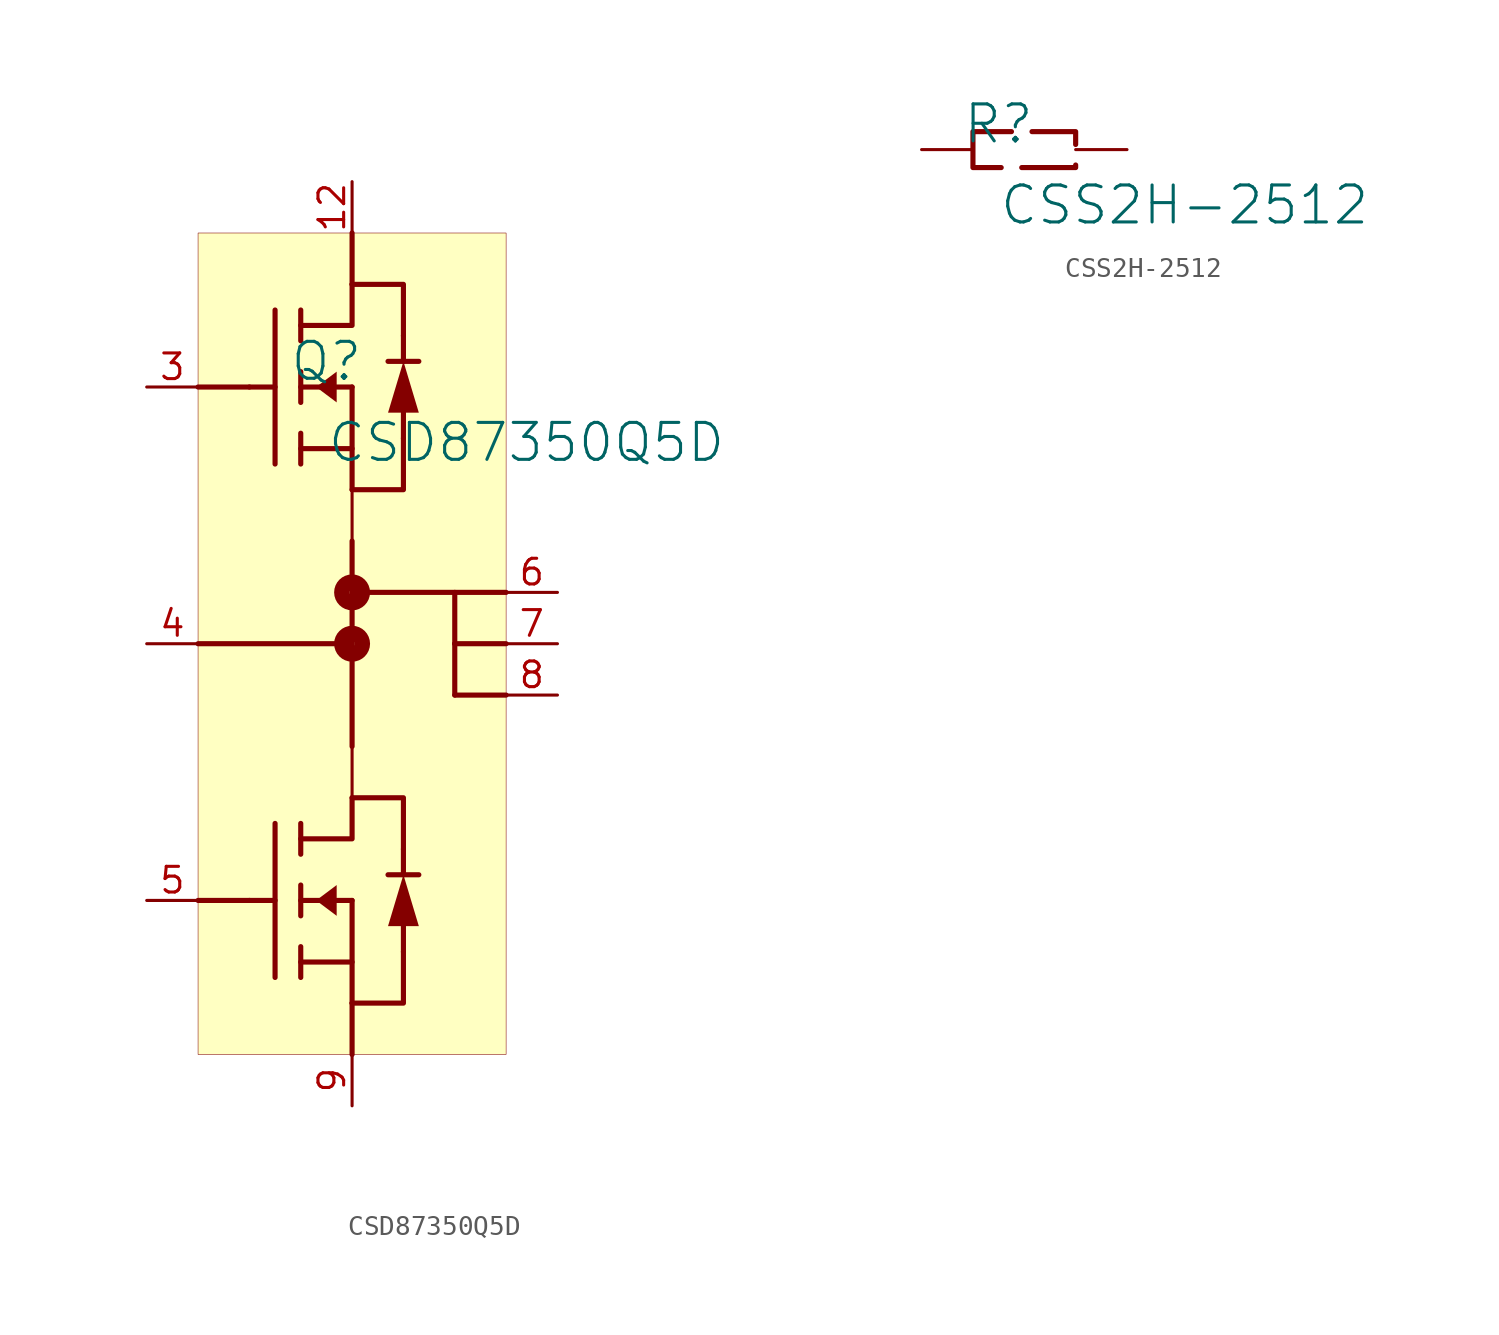
<source format=kicad_sym>
(kicad_symbol_lib
  (version 20231120)
  (generator "kicad_symbol_editor")
  (generator_version "8.0")
  (symbol "CSD87350Q5D"
    (property "Reference" "Q"
      (at -1.27 1.27 0)
      (effects (font (size 1.829 1.829))))
    (property "Value" "CSD87350Q5D"
      (at -1.27 -3.81 0)
      (effects (font (size 1.829 1.829)) (justify left bottom)))
    (symbol "CSD87350Q5D_1_0"
      (circle (center 0 -12.7) (radius 0.127) (stroke (width 0.762) (type solid)) (fill (type none)))
      (circle (center 0 -10.16) (radius 0.127) (stroke (width 0.762) (type solid)) (fill (type none)))
      (polyline (pts (xy -7.62 -12.7) (xy 0 -12.7)) (stroke (width 0.254) (type solid)) (fill (type none)))
      (polyline (pts (xy -5.08 -25.4) (xy -7.62 -25.4)) (stroke (width 0.254) (type solid)) (fill (type none)))
      (polyline (pts (xy -5.08 0) (xy -7.62 0)) (stroke (width 0.254) (type solid)) (fill (type none)))
      (polyline (pts (xy -3.81 -25.4) (xy -5.08 -25.4)) (stroke (width 0.254) (type solid)) (fill (type none)))
      (polyline (pts (xy -3.81 -21.59) (xy -3.81 -29.21)) (stroke (width 0.254) (type solid)) (fill (type none)))
      (polyline (pts (xy -3.81 0) (xy -5.08 0)) (stroke (width 0.254) (type solid)) (fill (type none)))
      (polyline (pts (xy -3.81 3.81) (xy -3.81 -3.81)) (stroke (width 0.254) (type solid)) (fill (type none)))
      (polyline (pts (xy -2.54 -27.686) (xy -2.54 -29.21)) (stroke (width 0.254) (type solid)) (fill (type none)))
      (polyline (pts (xy -2.54 -24.638) (xy -2.54 -26.162)) (stroke (width 0.254) (type solid)) (fill (type none)))
      (polyline (pts (xy -2.54 -21.59) (xy -2.54 -23.114)) (stroke (width 0.254) (type solid)) (fill (type none)))
      (polyline (pts (xy -2.54 -2.286) (xy -2.54 -3.81)) (stroke (width 0.254) (type solid)) (fill (type none)))
      (polyline (pts (xy -2.54 0.762) (xy -2.54 -0.762)) (stroke (width 0.254) (type solid)) (fill (type none)))
      (polyline (pts (xy -2.54 3.81) (xy -2.54 2.286)) (stroke (width 0.254) (type solid)) (fill (type none)))
      (polyline (pts (xy 0 -33.02) (xy 0 -30.48)) (stroke (width 0.254) (type solid)) (fill (type none)))
      (polyline (pts (xy 0 -25.4) (xy -2.54 -25.4)) (stroke (width 0.254) (type solid)) (fill (type none)))
      (polyline (pts (xy 0 -25.4) (xy 0 -28.448)) (stroke (width 0.254) (type solid)) (fill (type none)))
      (polyline (pts (xy 0 -10.16) (xy 7.62 -10.16)) (stroke (width 0.254) (type solid)) (fill (type none)))
      (polyline (pts (xy 0 -7.62) (xy 0 -17.78)) (stroke (width 0.254) (type solid)) (fill (type none)))
      (polyline (pts (xy 0 0) (xy -2.54 0)) (stroke (width 0.254) (type solid)) (fill (type none)))
      (polyline (pts (xy 0 0) (xy 0 -3.048)) (stroke (width 0.254) (type solid)) (fill (type none)))
      (polyline (pts (xy 0 5.08) (xy 0 7.62)) (stroke (width 0.254) (type solid)) (fill (type none)))
      (polyline (pts (xy 2.54 -26.67) (xy 2.54 -27.94)) (stroke (width 0.254) (type solid)) (fill (type none)))
      (polyline (pts (xy 2.54 -22.86) (xy 2.54 -24.13)) (stroke (width 0.254) (type solid)) (fill (type none)))
      (polyline (pts (xy 2.54 -1.27) (xy 2.54 -2.54)) (stroke (width 0.254) (type solid)) (fill (type none)))
      (polyline (pts (xy 2.54 2.54) (xy 2.54 1.27)) (stroke (width 0.254) (type solid)) (fill (type none)))
      (polyline (pts (xy 3.302 -24.13) (xy 1.778 -24.13)) (stroke (width 0.254) (type solid)) (fill (type none)))
      (polyline (pts (xy 3.302 1.27) (xy 1.778 1.27)) (stroke (width 0.254) (type solid)) (fill (type none)))
      (polyline (pts (xy 5.08 -12.7) (xy 5.08 -15.24)) (stroke (width 0.254) (type solid)) (fill (type none)))
      (polyline (pts (xy 5.08 -12.7) (xy 5.08 -10.16)) (stroke (width 0.254) (type solid)) (fill (type none)))
      (polyline (pts (xy 7.62 -15.24) (xy 5.08 -15.24)) (stroke (width 0.254) (type solid)) (fill (type none)))
      (polyline (pts (xy 7.62 -12.7) (xy 5.08 -12.7)) (stroke (width 0.254) (type solid)) (fill (type none)))
      (polyline (pts (xy 0 -30.48) (xy 0 -28.448) (xy -2.54 -28.448)) (stroke (width 0.254) (type solid)) (fill (type none)))
      (polyline (pts (xy 0 -20.32) (xy 0 -22.352) (xy -2.54 -22.352)) (stroke (width 0.254) (type solid)) (fill (type none)))
      (polyline (pts (xy 0 -20.32) (xy 2.54 -20.32) (xy 2.54 -22.86)) (stroke (width 0.254) (type solid)) (fill (type none)))
      (polyline (pts (xy 0 -5.08) (xy 0 -3.048) (xy -2.54 -3.048)) (stroke (width 0.254) (type solid)) (fill (type none)))
      (polyline (pts (xy 0 5.08) (xy 0 3.048) (xy -2.54 3.048)) (stroke (width 0.254) (type solid)) (fill (type none)))
      (polyline (pts (xy 0 5.08) (xy 2.54 5.08) (xy 2.54 2.54)) (stroke (width 0.254) (type solid)) (fill (type none)))
      (polyline (pts (xy 2.54 -27.94) (xy 2.54 -30.48) (xy 0 -30.48)) (stroke (width 0.254) (type solid)) (fill (type none)))
      (polyline (pts (xy 2.54 -2.54) (xy 2.54 -5.08) (xy 0 -5.08)) (stroke (width 0.254) (type solid)) (fill (type none)))
      (polyline (pts (xy -1.778 -25.4) (xy -0.762 -26.162) (xy -0.762 -24.638) (xy -1.778 -25.4) (xy -1.778 -25.4)) (stroke (width -0.0001) (type solid)) (fill (type outline)))
      (polyline (pts (xy -1.778 0) (xy -0.762 -0.762) (xy -0.762 0.762) (xy -1.778 0) (xy -1.778 0)) (stroke (width -0.0001) (type solid)) (fill (type outline)))
      (polyline (pts (xy 2.54 -26.67) (xy 1.778 -26.67) (xy 2.54 -24.13) (xy 3.302 -26.67) (xy 2.54 -26.67) (xy 2.54 -26.67)) (stroke (width -0.0001) (type solid)) (fill (type outline)))
      (polyline (pts (xy 2.54 -1.27) (xy 1.778 -1.27) (xy 2.54 1.27) (xy 3.302 -1.27) (xy 2.54 -1.27) (xy 2.54 -1.27)) (stroke (width -0.0001) (type solid)) (fill (type outline)))
      (rectangle (start 7.62 7.62) (end -7.62 -33.02) (stroke (width 0.025) (type solid) (color 128 0 0 1)) (fill (type background)))
      (pin power_in line (at 0 10.16 270) (length 2.54) (name "VIN" (effects (font (size 0 0)))) (number "12" (effects (font (size 1.27 1.27)))))
      (pin input line (at -10.16 0 0) (length 2.54) (name "TG" (effects (font (size 0 0)))) (number "3" (effects (font (size 1.27 1.27)))))
      (pin passive line (at -10.16 -12.7 0) (length 2.54) (name "TGR" (effects (font (size 0 0)))) (number "4" (effects (font (size 1.27 1.27)))))
      (pin input line (at -10.16 -25.4 0) (length 2.54) (name "BG" (effects (font (size 0 0)))) (number "5" (effects (font (size 1.27 1.27)))))
      (pin power_in line (at 10.16 -10.16 180) (length 2.54) (name "VSW" (effects (font (size 0 0)))) (number "6" (effects (font (size 1.27 1.27)))))
      (pin power_in line (at 10.16 -12.7 180) (length 2.54) (name "VSW" (effects (font (size 0 0)))) (number "7" (effects (font (size 1.27 1.27)))))
      (pin power_in line (at 10.16 -15.24 180) (length 2.54) (name "VSW" (effects (font (size 0 0)))) (number "8" (effects (font (size 1.27 1.27)))))
      (pin power_in line (at 0 -35.56 90) (length 2.54) (name "PGND" (effects (font (size 0 0)))) (number "9" (effects (font (size 1.27 1.27)))))
      (pin passive line (at 0 -17.78 270) (length 2.54) (name "D" (effects (font (size 0 0)))) (number "D" (effects (font (size 0 0)))))
      (pin passive line (at 0 -7.62 90) (length 2.54) (name "S" (effects (font (size 0 0)))) (number "S" (effects (font (size 0 0)))))))
  (symbol "CSS2H-2512"
    (property "Reference" "R"
      (at -1.27 1.27 0)
      (effects (font (size 1.829 1.829))))
    (property "Value" "CSS2H-2512"
      (at -1.27 -3.81 0)
      (effects (font (size 1.829 1.829)) (justify left bottom)))
    (symbol "CSS2H-2512_1_0"
      (polyline (pts (xy -2.54 0) (xy -2.54 0.889) (xy 2.54 0.889) (xy 2.54 -0.889) (xy -2.54 -0.889) (xy -2.54 0)) (stroke (width 0.254) (type dash)) (fill (type none)))
      (pin passive line (at -5.08 0 0) (length 2.54) (name "1" (effects (font (size 0 0)))) (number "1" (effects (font (size 0 0)))))
      (pin passive line (at 5.08 0 180) (length 2.54) (name "2" (effects (font (size 0 0)))) (number "2" (effects (font (size 0 0))))))))
</source>
